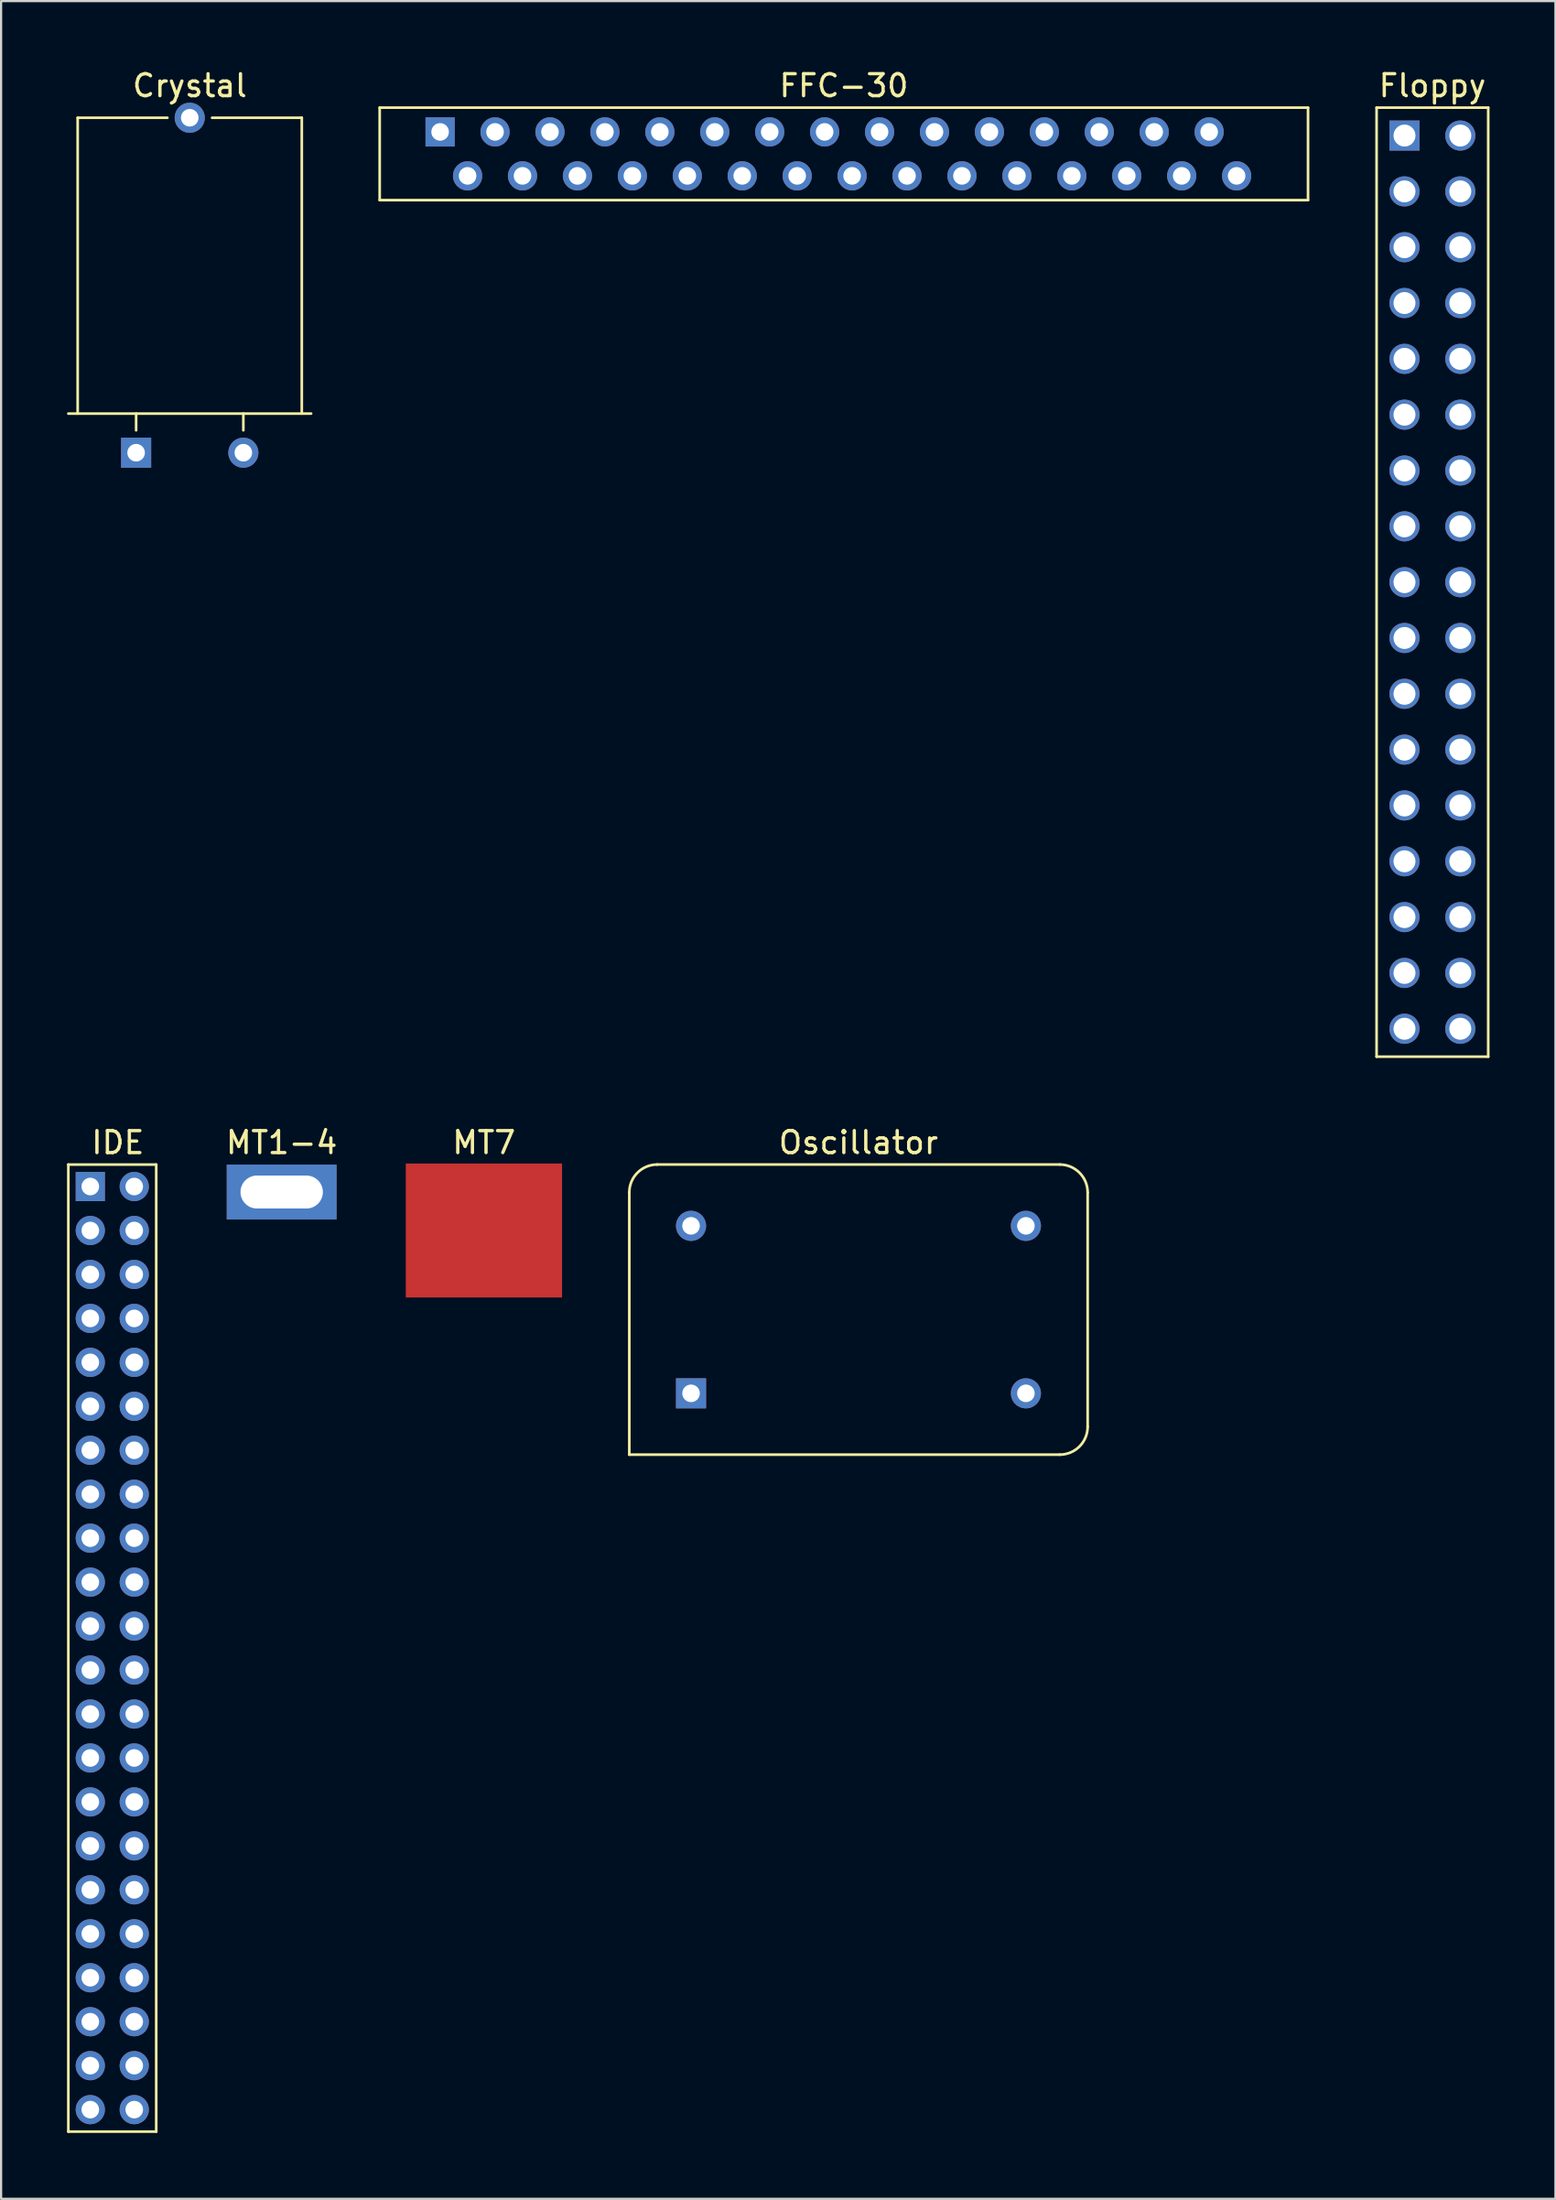
<source format=kicad_pcb>
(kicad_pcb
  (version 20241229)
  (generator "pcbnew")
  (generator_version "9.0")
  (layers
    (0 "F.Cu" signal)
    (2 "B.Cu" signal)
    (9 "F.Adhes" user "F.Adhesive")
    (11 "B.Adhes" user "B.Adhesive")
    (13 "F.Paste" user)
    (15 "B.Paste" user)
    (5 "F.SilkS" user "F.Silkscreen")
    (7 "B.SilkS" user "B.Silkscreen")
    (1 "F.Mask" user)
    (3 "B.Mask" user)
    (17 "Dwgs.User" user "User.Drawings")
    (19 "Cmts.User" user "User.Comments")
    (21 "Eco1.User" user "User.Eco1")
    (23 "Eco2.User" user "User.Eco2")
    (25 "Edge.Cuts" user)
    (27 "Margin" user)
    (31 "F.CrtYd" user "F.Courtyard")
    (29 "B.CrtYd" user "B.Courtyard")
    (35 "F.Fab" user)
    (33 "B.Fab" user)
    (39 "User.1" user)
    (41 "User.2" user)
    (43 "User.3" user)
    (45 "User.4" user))
  (footprint "FFC-30"
    (layer "F.Cu")
    (at 16.98 2.952)
    (property "Reference" "FFC-30" (at 18.375 -2.104 0) (layer "F.SilkS") (effects (font (size 1 1) (thickness 0.15))))
    (attr through_hole)
    (fp_line (start -2.75 -1.104) (end 39.5 -1.104) (stroke (width 0.12) (type solid)) (layer "F.SilkS"))
    (fp_line (start -2.75 3.104) (end -2.75 -1.104) (stroke (width 0.12) (type solid)) (layer "F.SilkS"))
    (fp_line (start 39.5 -1.104) (end 39.5 3.104) (stroke (width 0.12) (type solid)) (layer "F.SilkS"))
    (fp_line (start 39.5 3.104) (end -2.75 3.104) (stroke (width 0.12) (type solid)) (layer "F.SilkS"))
    (pad "1" thru_hole rect (at 0 0) (size 1.33 1.33) (drill 0.8) (layers "*.Cu" "*.Mask"))
    (pad "2" thru_hole circle (at 1.25 2) (size 1.33 1.33) (drill 0.8) (layers "*.Cu" "*.Mask"))
    (pad "3" thru_hole circle (at 2.5 0) (size 1.33 1.33) (drill 0.8) (layers "*.Cu" "*.Mask"))
    (pad "4" thru_hole circle (at 3.75 2) (size 1.33 1.33) (drill 0.8) (layers "*.Cu" "*.Mask"))
    (pad "5" thru_hole circle (at 5 0) (size 1.33 1.33) (drill 0.8) (layers "*.Cu" "*.Mask"))
    (pad "6" thru_hole circle (at 6.25 2) (size 1.33 1.33) (drill 0.8) (layers "*.Cu" "*.Mask"))
    (pad "7" thru_hole circle (at 7.5 0) (size 1.33 1.33) (drill 0.8) (layers "*.Cu" "*.Mask"))
    (pad "8" thru_hole circle (at 8.75 2) (size 1.33 1.33) (drill 0.8) (layers "*.Cu" "*.Mask"))
    (pad "9" thru_hole circle (at 10 0) (size 1.33 1.33) (drill 0.8) (layers "*.Cu" "*.Mask"))
    (pad "10" thru_hole circle (at 11.25 2) (size 1.33 1.33) (drill 0.8) (layers "*.Cu" "*.Mask"))
    (pad "11" thru_hole circle (at 12.5 0) (size 1.33 1.33) (drill 0.8) (layers "*.Cu" "*.Mask"))
    (pad "12" thru_hole circle (at 13.75 2) (size 1.33 1.33) (drill 0.8) (layers "*.Cu" "*.Mask"))
    (pad "13" thru_hole circle (at 15 0) (size 1.33 1.33) (drill 0.8) (layers "*.Cu" "*.Mask"))
    (pad "14" thru_hole circle (at 16.25 2) (size 1.33 1.33) (drill 0.8) (layers "*.Cu" "*.Mask"))
    (pad "15" thru_hole circle (at 17.5 0) (size 1.33 1.33) (drill 0.8) (layers "*.Cu" "*.Mask"))
    (pad "16" thru_hole circle (at 18.75 2) (size 1.33 1.33) (drill 0.8) (layers "*.Cu" "*.Mask"))
    (pad "17" thru_hole circle (at 20 0) (size 1.33 1.33) (drill 0.8) (layers "*.Cu" "*.Mask"))
    (pad "18" thru_hole circle (at 21.25 2) (size 1.33 1.33) (drill 0.8) (layers "*.Cu" "*.Mask"))
    (pad "19" thru_hole circle (at 22.5 0) (size 1.33 1.33) (drill 0.8) (layers "*.Cu" "*.Mask"))
    (pad "20" thru_hole circle (at 23.75 2) (size 1.33 1.33) (drill 0.8) (layers "*.Cu" "*.Mask"))
    (pad "21" thru_hole circle (at 25 0) (size 1.33 1.33) (drill 0.8) (layers "*.Cu" "*.Mask"))
    (pad "22" thru_hole circle (at 26.25 2) (size 1.33 1.33) (drill 0.8) (layers "*.Cu" "*.Mask"))
    (pad "23" thru_hole circle (at 27.5 0) (size 1.33 1.33) (drill 0.8) (layers "*.Cu" "*.Mask"))
    (pad "24" thru_hole circle (at 28.75 2) (size 1.33 1.33) (drill 0.8) (layers "*.Cu" "*.Mask"))
    (pad "25" thru_hole circle (at 30 0) (size 1.33 1.33) (drill 0.8) (layers "*.Cu" "*.Mask"))
    (pad "26" thru_hole circle (at 31.25 2) (size 1.33 1.33) (drill 0.8) (layers "*.Cu" "*.Mask"))
    (pad "27" thru_hole circle (at 32.5 0) (size 1.33 1.33) (drill 0.8) (layers "*.Cu" "*.Mask"))
    (pad "28" thru_hole circle (at 33.75 2) (size 1.33 1.33) (drill 0.8) (layers "*.Cu" "*.Mask"))
    (pad "29" thru_hole circle (at 35 0) (size 1.33 1.33) (drill 0.8) (layers "*.Cu" "*.Mask"))
    (pad "30" thru_hole circle (at 36.25 2) (size 1.33 1.33) (drill 0.8) (layers "*.Cu" "*.Mask")))
  (footprint "Oscillator"
    (layer "F.Cu")
    (at 28.4 60.346)
    (property "Reference" "Oscillator" (at 7.62 -11.41 180) (layer "F.SilkS") (effects (font (size 1 1) (thickness 0.15))))
    (attr through_hole)
    (fp_line (start -2.81 2.79) (end -2.81 -9.14) (stroke (width 0.12) (type solid)) (layer "F.SilkS"))
    (fp_line (start -1.54 -10.41) (end 16.78 -10.41) (stroke (width 0.12) (type solid)) (layer "F.SilkS"))
    (fp_line (start 16.78 2.79) (end -2.81 2.79) (stroke (width 0.12) (type solid)) (layer "F.SilkS"))
    (fp_line (start 18.05 -9.14) (end 18.05 1.52) (stroke (width 0.12) (type solid)) (layer "F.SilkS"))
    (fp_arc (start -2.81 -9.14) (mid -2.438026 -10.038026) (end -1.54 -10.41) (stroke (width 0.12) (type solid)) (layer "F.SilkS"))
    (fp_arc (start 16.78 -10.41) (mid 17.678026 -10.038026) (end 18.05 -9.14) (stroke (width 0.12) (type solid)) (layer "F.SilkS"))
    (fp_arc (start 18.05 1.52) (mid 17.678026 2.418026) (end 16.78 2.79) (stroke (width 0.12) (type solid)) (layer "F.SilkS"))
    (pad "1" thru_hole rect (at 0 0) (size 1.37 1.37) (drill 0.8) (layers "*.Cu" "*.Mask"))
    (pad "7" thru_hole circle (at 15.24 0) (size 1.37 1.37) (drill 0.8) (layers "*.Cu" "*.Mask"))
    (pad "8" thru_hole circle (at 15.24 -7.62) (size 1.37 1.37) (drill 0.8) (layers "*.Cu" "*.Mask"))
    (pad "14" thru_hole circle (at 0 -7.62) (size 1.37 1.37) (drill 0.8) (layers "*.Cu" "*.Mask")))
  (footprint "Crystal"
    (layer "F.Cu")
    (at 3.145 17.548)
    (property "Reference" "Crystal" (at 2.44 -16.7 0) (layer "F.SilkS") (effects (font (size 1 1) (thickness 0.15))))
    (attr through_hole)
    (fp_line (start -2.66 -15.24) (end 1.424 -15.24) (stroke (width 0.12) (type solid)) (layer "F.SilkS"))
    (fp_line (start -2.66 -1.78) (end -2.66 -15.24) (stroke (width 0.12) (type solid)) (layer "F.SilkS"))
    (fp_line (start 0 -1.78) (end 0 -1.018) (stroke (width 0.12) (type solid)) (layer "F.SilkS"))
    (fp_line (start 3.456 -15.24) (end 7.54 -15.24) (stroke (width 0.12) (type solid)) (layer "F.SilkS"))
    (fp_line (start 4.88 -1.78) (end 4.88 -1.018) (stroke (width 0.12) (type solid)) (layer "F.SilkS"))
    (fp_line (start 7.54 -15.24) (end 7.54 -1.78) (stroke (width 0.12) (type solid)) (layer "F.SilkS"))
    (fp_line (start 7.965 -1.78) (end -3.085 -1.78) (stroke (width 0.12) (type solid)) (layer "F.SilkS"))
    (pad "1" thru_hole rect (at 0 0) (size 1.37 1.37) (drill 0.8) (layers "*.Cu" "*.Mask"))
    (pad "2" thru_hole circle (at 4.88 0) (size 1.37 1.37) (drill 0.8) (layers "*.Cu" "*.Mask"))
    (pad "3" thru_hole circle (at 2.44 -15.24) (size 1.37 1.37) (drill 0.8) (layers "*.Cu" "*.Mask")))
  (footprint "Floppy"
    (layer "F.Cu")
    (at 60.87 3.118)
    (property "Reference" "Floppy" (at 1.27 -2.27 0) (layer "F.SilkS") (effects (font (size 1 1) (thickness 0.15))))
    (attr through_hole)
    (fp_line (start -1.27 -1.27) (end 3.81 -1.27) (stroke (width 0.12) (type solid)) (layer "F.SilkS"))
    (fp_line (start -1.27 41.91) (end -1.27 -1.27) (stroke (width 0.12) (type solid)) (layer "F.SilkS"))
    (fp_line (start 3.81 -1.27) (end 3.81 41.91) (stroke (width 0.12) (type solid)) (layer "F.SilkS"))
    (fp_line (start 3.81 41.91) (end -1.27 41.91) (stroke (width 0.12) (type solid)) (layer "F.SilkS"))
    (pad "1" thru_hole rect (at 0 0) (size 1.37 1.37) (drill 1) (layers "*.Cu" "*.Mask"))
    (pad "2" thru_hole circle (at 2.54 0) (size 1.37 1.37) (drill 1) (layers "*.Cu" "*.Mask"))
    (pad "3" thru_hole circle (at 0 2.54) (size 1.37 1.37) (drill 1) (layers "*.Cu" "*.Mask"))
    (pad "4" thru_hole circle (at 2.54 2.54) (size 1.37 1.37) (drill 1) (layers "*.Cu" "*.Mask"))
    (pad "5" thru_hole circle (at 0 5.08) (size 1.37 1.37) (drill 1) (layers "*.Cu" "*.Mask"))
    (pad "6" thru_hole circle (at 2.54 5.08) (size 1.37 1.37) (drill 1) (layers "*.Cu" "*.Mask"))
    (pad "7" thru_hole circle (at 0 7.62) (size 1.37 1.37) (drill 1) (layers "*.Cu" "*.Mask"))
    (pad "8" thru_hole circle (at 2.54 7.62) (size 1.37 1.37) (drill 1) (layers "*.Cu" "*.Mask"))
    (pad "9" thru_hole circle (at 0 10.16) (size 1.37 1.37) (drill 1) (layers "*.Cu" "*.Mask"))
    (pad "10" thru_hole circle (at 2.54 10.16) (size 1.37 1.37) (drill 1) (layers "*.Cu" "*.Mask"))
    (pad "11" thru_hole circle (at 0 12.7) (size 1.37 1.37) (drill 1) (layers "*.Cu" "*.Mask"))
    (pad "12" thru_hole circle (at 2.54 12.7) (size 1.37 1.37) (drill 1) (layers "*.Cu" "*.Mask"))
    (pad "13" thru_hole circle (at 0 15.24) (size 1.37 1.37) (drill 1) (layers "*.Cu" "*.Mask"))
    (pad "14" thru_hole circle (at 2.54 15.24) (size 1.37 1.37) (drill 1) (layers "*.Cu" "*.Mask"))
    (pad "15" thru_hole circle (at 0 17.78) (size 1.37 1.37) (drill 1) (layers "*.Cu" "*.Mask"))
    (pad "16" thru_hole circle (at 2.54 17.78) (size 1.37 1.37) (drill 1) (layers "*.Cu" "*.Mask"))
    (pad "17" thru_hole circle (at 0 20.32) (size 1.37 1.37) (drill 1) (layers "*.Cu" "*.Mask"))
    (pad "18" thru_hole circle (at 2.54 20.32) (size 1.37 1.37) (drill 1) (layers "*.Cu" "*.Mask"))
    (pad "19" thru_hole circle (at 0 22.86) (size 1.37 1.37) (drill 1) (layers "*.Cu" "*.Mask"))
    (pad "20" thru_hole circle (at 2.54 22.86) (size 1.37 1.37) (drill 1) (layers "*.Cu" "*.Mask"))
    (pad "21" thru_hole circle (at 0 25.4) (size 1.37 1.37) (drill 1) (layers "*.Cu" "*.Mask"))
    (pad "22" thru_hole circle (at 2.54 25.4) (size 1.37 1.37) (drill 1) (layers "*.Cu" "*.Mask"))
    (pad "23" thru_hole circle (at 0 27.94) (size 1.37 1.37) (drill 1) (layers "*.Cu" "*.Mask"))
    (pad "24" thru_hole circle (at 2.54 27.94) (size 1.37 1.37) (drill 1) (layers "*.Cu" "*.Mask"))
    (pad "25" thru_hole circle (at 0 30.48) (size 1.37 1.37) (drill 1) (layers "*.Cu" "*.Mask"))
    (pad "26" thru_hole circle (at 2.54 30.48) (size 1.37 1.37) (drill 1) (layers "*.Cu" "*.Mask"))
    (pad "27" thru_hole circle (at 0 33.02) (size 1.37 1.37) (drill 1) (layers "*.Cu" "*.Mask"))
    (pad "28" thru_hole circle (at 2.54 33.02) (size 1.37 1.37) (drill 1) (layers "*.Cu" "*.Mask"))
    (pad "29" thru_hole circle (at 0 35.56) (size 1.37 1.37) (drill 1) (layers "*.Cu" "*.Mask"))
    (pad "30" thru_hole circle (at 2.54 35.56) (size 1.37 1.37) (drill 1) (layers "*.Cu" "*.Mask"))
    (pad "31" thru_hole circle (at 0 38.1) (size 1.37 1.37) (drill 1) (layers "*.Cu" "*.Mask"))
    (pad "32" thru_hole circle (at 2.54 38.1) (size 1.37 1.37) (drill 1) (layers "*.Cu" "*.Mask"))
    (pad "33" thru_hole circle (at 0 40.64) (size 1.37 1.37) (drill 1) (layers "*.Cu" "*.Mask"))
    (pad "34" thru_hole circle (at 2.54 40.64) (size 1.37 1.37) (drill 1) (layers "*.Cu" "*.Mask")))
  (footprint "MT7"
    (layer "F.Cu")
    (at 18.974 52.937)
    (property "Reference" "MT7" (at 0 -4 0) (layer "F.SilkS") (effects (font (size 1 1) (thickness 0.15))))
    (attr through_hole)
    (pad "1" connect rect (at 0 0) (size 7.112 6.096) (layers "F.Cu" "F.Mask")))
  (footprint "IDE"
    (layer "F.Cu")
    (at 1.06 50.937)
    (property "Reference" "IDE" (at 1.254 -2 0) (layer "F.SilkS") (effects (font (size 1 1) (thickness 0.15))))
    (attr through_hole)
    (fp_line (start -1 -1) (end 3 -1) (stroke (width 0.12) (type solid)) (layer "F.SilkS"))
    (fp_line (start -1 43) (end -1 -1) (stroke (width 0.12) (type solid)) (layer "F.SilkS"))
    (fp_line (start 3 -1) (end 3 43) (stroke (width 0.12) (type solid)) (layer "F.SilkS"))
    (fp_line (start 3 43) (end -1 43) (stroke (width 0.12) (type solid)) (layer "F.SilkS"))
    (pad "1" thru_hole rect (at 0 0) (size 1.33 1.33) (drill 0.8) (layers "*.Cu" "*.Mask"))
    (pad "2" thru_hole circle (at 2 0) (size 1.33 1.33) (drill 0.8) (layers "*.Cu" "*.Mask"))
    (pad "3" thru_hole circle (at 0 2) (size 1.33 1.33) (drill 0.8) (layers "*.Cu" "*.Mask"))
    (pad "4" thru_hole circle (at 2 2) (size 1.33 1.33) (drill 0.8) (layers "*.Cu" "*.Mask"))
    (pad "5" thru_hole circle (at 0 4) (size 1.33 1.33) (drill 0.8) (layers "*.Cu" "*.Mask"))
    (pad "6" thru_hole circle (at 2 4) (size 1.33 1.33) (drill 0.8) (layers "*.Cu" "*.Mask"))
    (pad "7" thru_hole circle (at 0 6) (size 1.33 1.33) (drill 0.8) (layers "*.Cu" "*.Mask"))
    (pad "8" thru_hole circle (at 2 6) (size 1.33 1.33) (drill 0.8) (layers "*.Cu" "*.Mask"))
    (pad "9" thru_hole circle (at 0 8) (size 1.33 1.33) (drill 0.8) (layers "*.Cu" "*.Mask"))
    (pad "10" thru_hole circle (at 2 8) (size 1.33 1.33) (drill 0.8) (layers "*.Cu" "*.Mask"))
    (pad "11" thru_hole circle (at 0 10) (size 1.33 1.33) (drill 0.8) (layers "*.Cu" "*.Mask"))
    (pad "12" thru_hole circle (at 2 10) (size 1.33 1.33) (drill 0.8) (layers "*.Cu" "*.Mask"))
    (pad "13" thru_hole circle (at 0 12) (size 1.33 1.33) (drill 0.8) (layers "*.Cu" "*.Mask"))
    (pad "14" thru_hole circle (at 2 12) (size 1.33 1.33) (drill 0.8) (layers "*.Cu" "*.Mask"))
    (pad "15" thru_hole circle (at 0 14) (size 1.33 1.33) (drill 0.8) (layers "*.Cu" "*.Mask"))
    (pad "16" thru_hole circle (at 2 14) (size 1.33 1.33) (drill 0.8) (layers "*.Cu" "*.Mask"))
    (pad "17" thru_hole circle (at 0 16) (size 1.33 1.33) (drill 0.8) (layers "*.Cu" "*.Mask"))
    (pad "18" thru_hole circle (at 2 16) (size 1.33 1.33) (drill 0.8) (layers "*.Cu" "*.Mask"))
    (pad "19" thru_hole circle (at 0 18) (size 1.33 1.33) (drill 0.8) (layers "*.Cu" "*.Mask"))
    (pad "20" thru_hole circle (at 2 18) (size 1.33 1.33) (drill 0.8) (layers "*.Cu" "*.Mask"))
    (pad "21" thru_hole circle (at 0 20) (size 1.33 1.33) (drill 0.8) (layers "*.Cu" "*.Mask"))
    (pad "22" thru_hole circle (at 2 20) (size 1.33 1.33) (drill 0.8) (layers "*.Cu" "*.Mask"))
    (pad "23" thru_hole circle (at 0 22) (size 1.33 1.33) (drill 0.8) (layers "*.Cu" "*.Mask"))
    (pad "24" thru_hole circle (at 2 22) (size 1.33 1.33) (drill 0.8) (layers "*.Cu" "*.Mask"))
    (pad "25" thru_hole circle (at 0 24) (size 1.33 1.33) (drill 0.8) (layers "*.Cu" "*.Mask"))
    (pad "26" thru_hole circle (at 2 24) (size 1.33 1.33) (drill 0.8) (layers "*.Cu" "*.Mask"))
    (pad "27" thru_hole circle (at 0 26) (size 1.33 1.33) (drill 0.8) (layers "*.Cu" "*.Mask"))
    (pad "28" thru_hole circle (at 2 26) (size 1.33 1.33) (drill 0.8) (layers "*.Cu" "*.Mask"))
    (pad "29" thru_hole circle (at 0 28) (size 1.33 1.33) (drill 0.8) (layers "*.Cu" "*.Mask"))
    (pad "30" thru_hole circle (at 2 28) (size 1.33 1.33) (drill 0.8) (layers "*.Cu" "*.Mask"))
    (pad "31" thru_hole circle (at 0 30) (size 1.33 1.33) (drill 0.8) (layers "*.Cu" "*.Mask"))
    (pad "32" thru_hole circle (at 2 30) (size 1.33 1.33) (drill 0.8) (layers "*.Cu" "*.Mask"))
    (pad "33" thru_hole circle (at 0 32) (size 1.33 1.33) (drill 0.8) (layers "*.Cu" "*.Mask"))
    (pad "34" thru_hole circle (at 2 32) (size 1.33 1.33) (drill 0.8) (layers "*.Cu" "*.Mask"))
    (pad "35" thru_hole circle (at 0 34) (size 1.33 1.33) (drill 0.8) (layers "*.Cu" "*.Mask"))
    (pad "36" thru_hole circle (at 2 34) (size 1.33 1.33) (drill 0.8) (layers "*.Cu" "*.Mask"))
    (pad "37" thru_hole circle (at 0 36) (size 1.33 1.33) (drill 0.8) (layers "*.Cu" "*.Mask"))
    (pad "38" thru_hole circle (at 2 36) (size 1.33 1.33) (drill 0.8) (layers "*.Cu" "*.Mask"))
    (pad "39" thru_hole circle (at 0 38) (size 1.33 1.33) (drill 0.8) (layers "*.Cu" "*.Mask"))
    (pad "40" thru_hole circle (at 2 38) (size 1.33 1.33) (drill 0.8) (layers "*.Cu" "*.Mask"))
    (pad "41" thru_hole circle (at 0 40) (size 1.33 1.33) (drill 0.8) (layers "*.Cu" "*.Mask"))
    (pad "42" thru_hole circle (at 2 40) (size 1.33 1.33) (drill 0.8) (layers "*.Cu" "*.Mask"))
    (pad "43" thru_hole circle (at 0 42) (size 1.33 1.33) (drill 0.8) (layers "*.Cu" "*.Mask"))
    (pad "44" thru_hole circle (at 2 42) (size 1.33 1.33) (drill 0.8) (layers "*.Cu" "*.Mask")))
  (footprint "MT1-4"
    (layer "F.Cu")
    (at 9.769 51.187)
    (property "Reference" "MT1-4" (at 0 -2.25 0) (layer "F.SilkS") (effects (font (size 1 1) (thickness 0.15))))
    (attr through_hole)
    (pad "1" thru_hole rect (at 0 0) (size 5 2.5) (drill oval 3.75 1.5) (layers "*.Cu" "*.Mask")))
  (gr_rect
    (start -3 -3)
    (end 67.74 96.996)
    (stroke (width 0.1) (type default))
    (fill no)
    (layer "Edge.Cuts")))
</source>
